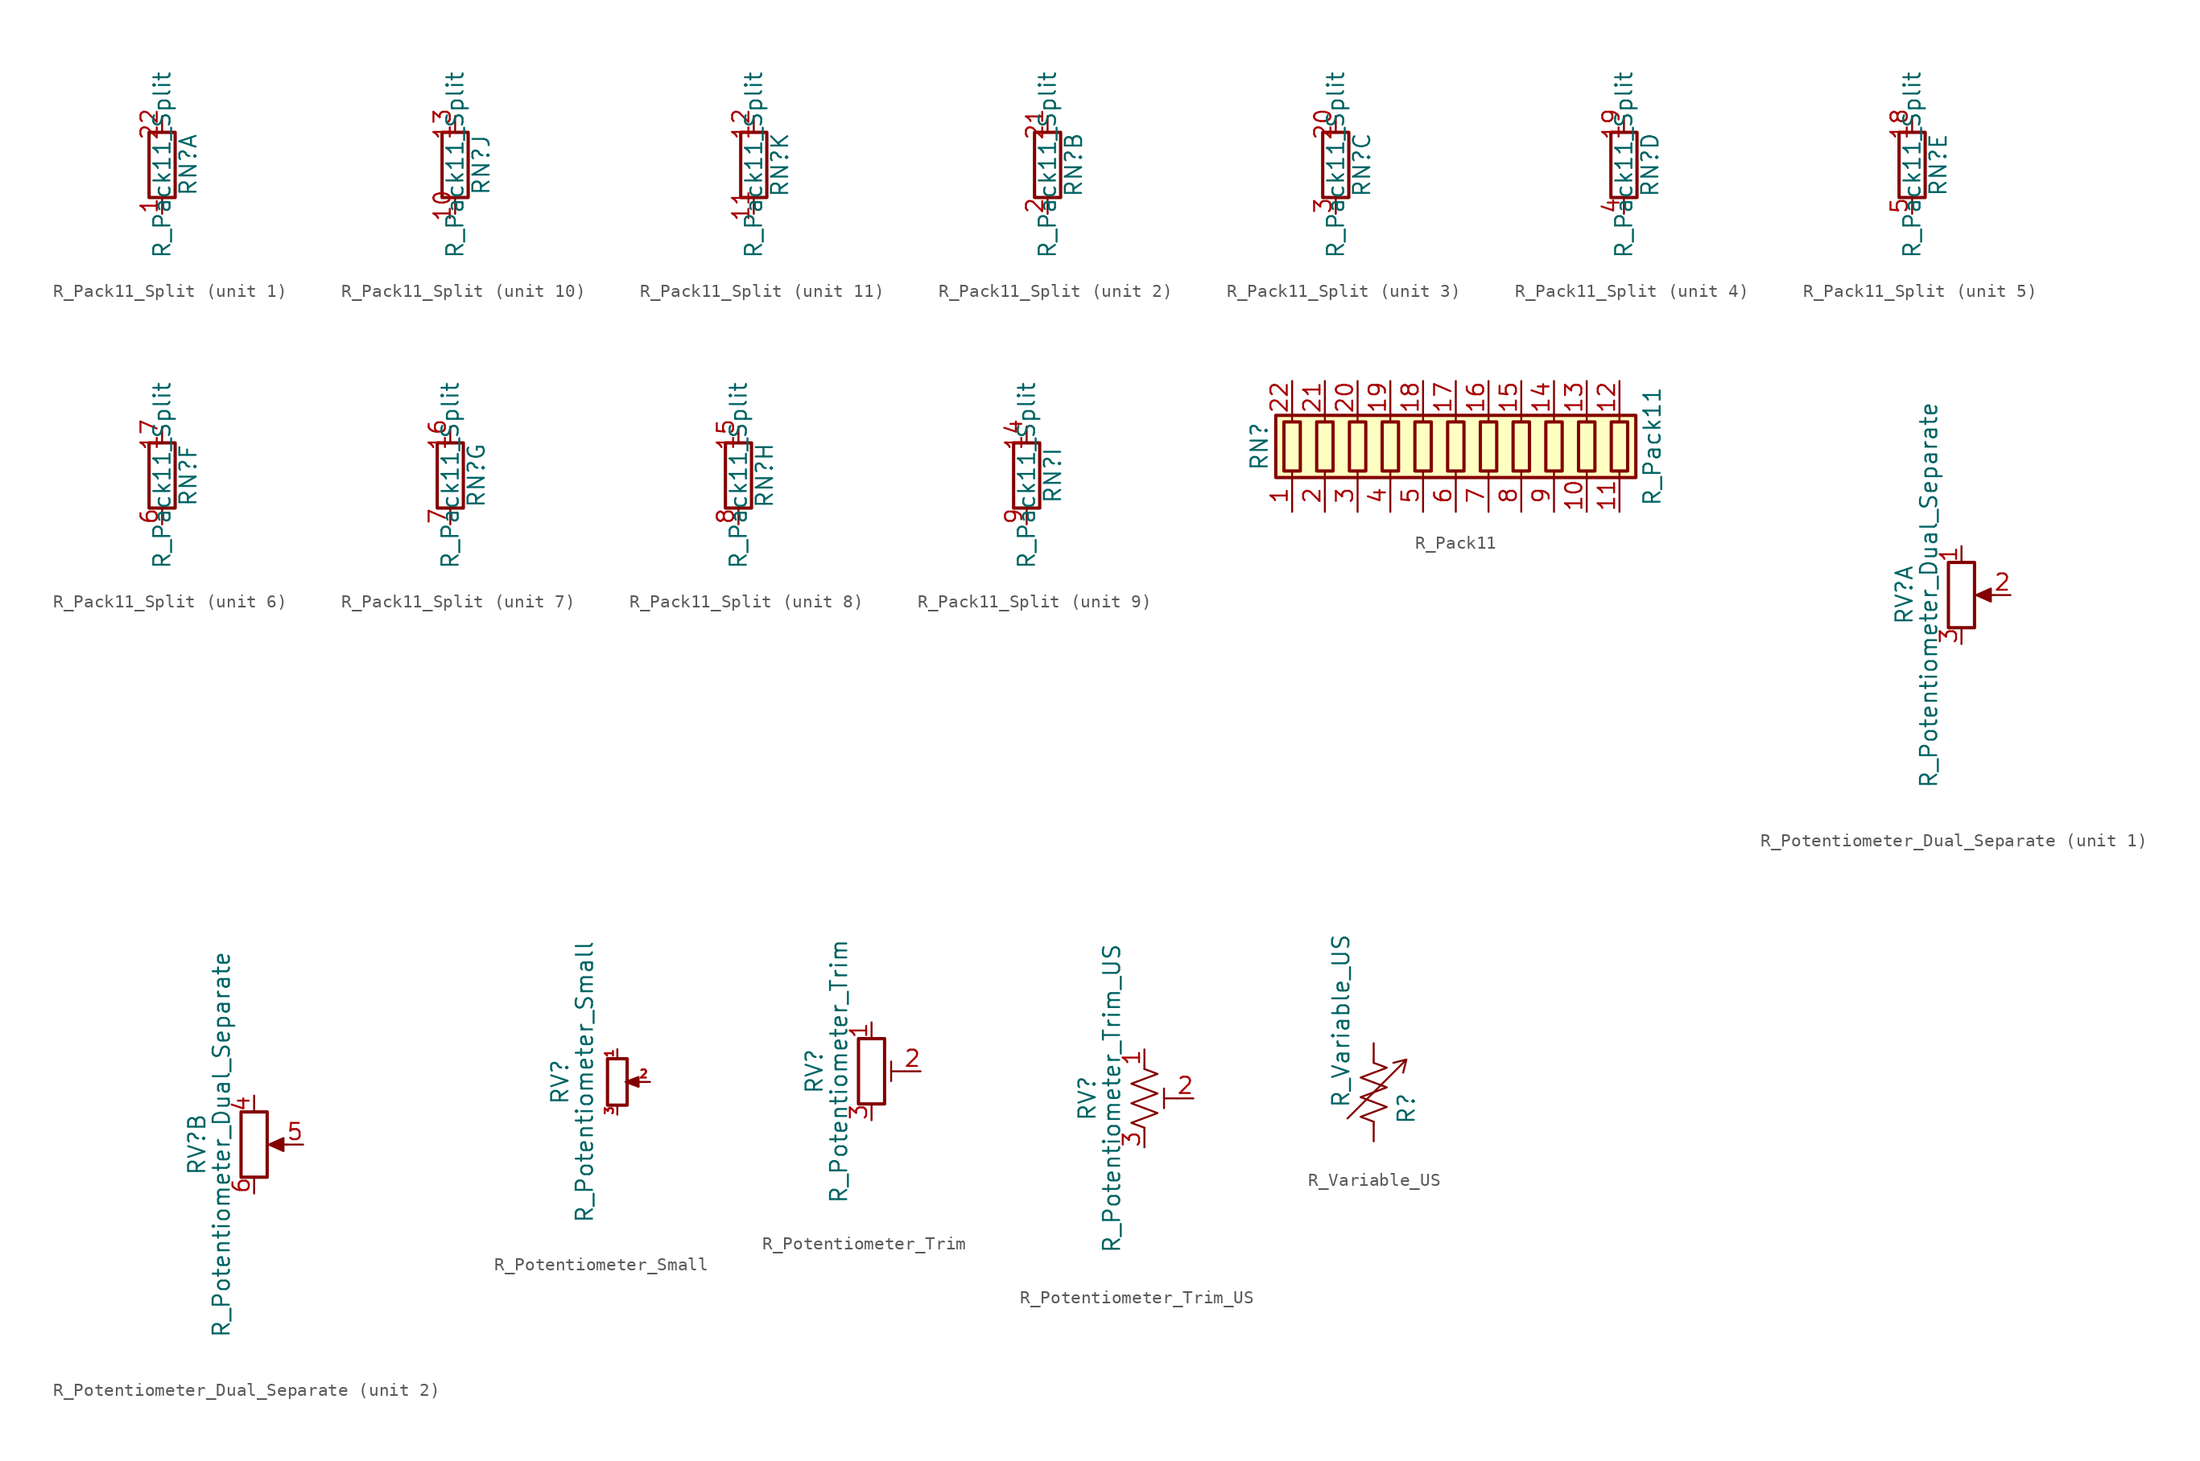
<source format=kicad_sym>
(kicad_symbol_lib
  (version 20220914)
  (generator kicad_symbol_editor)
  (symbol "R_Pack11_Split"
    (pin_names
      (offset 0) hide)
    (property "Reference" "RN"
      (at 2.032 0 90)
      (effects (font (size 1.27 1.27))))
    (property "Value" "R_Pack11_Split"
      (at 0 0 90)
      (effects (font (size 1.27 1.27))))
    (symbol "R_Pack11_Split_0_1"
      (rectangle (start 1.016 2.54) (end -1.016 -2.54) (stroke (width 0.254) (type default)) (fill (type none))))
    (symbol "R_Pack11_Split_1_1"
      (pin passive line (at 0 -3.81 90) (length 1.27) (name "R1.1" (effects (font (size 1.27 1.27)))) (number "1" (effects (font (size 1.27 1.27)))))
      (pin passive line (at 0 3.81 270) (length 1.27) (name "R1.2" (effects (font (size 1.27 1.27)))) (number "22" (effects (font (size 1.27 1.27))))))
    (symbol "R_Pack11_Split_2_1"
      (pin passive line (at 0 -3.81 90) (length 1.27) (name "R2.1" (effects (font (size 1.27 1.27)))) (number "2" (effects (font (size 1.27 1.27)))))
      (pin passive line (at 0 3.81 270) (length 1.27) (name "R2.2" (effects (font (size 1.27 1.27)))) (number "21" (effects (font (size 1.27 1.27))))))
    (symbol "R_Pack11_Split_3_1"
      (pin passive line (at 0 3.81 270) (length 1.27) (name "R3.2" (effects (font (size 1.27 1.27)))) (number "20" (effects (font (size 1.27 1.27)))))
      (pin passive line (at 0 -3.81 90) (length 1.27) (name "R3.1" (effects (font (size 1.27 1.27)))) (number "3" (effects (font (size 1.27 1.27))))))
    (symbol "R_Pack11_Split_4_1"
      (pin passive line (at 0 3.81 270) (length 1.27) (name "R4.2" (effects (font (size 1.27 1.27)))) (number "19" (effects (font (size 1.27 1.27)))))
      (pin passive line (at 0 -3.81 90) (length 1.27) (name "R4.1" (effects (font (size 1.27 1.27)))) (number "4" (effects (font (size 1.27 1.27))))))
    (symbol "R_Pack11_Split_5_1"
      (pin passive line (at 0 3.81 270) (length 1.27) (name "R5.2" (effects (font (size 1.27 1.27)))) (number "18" (effects (font (size 1.27 1.27)))))
      (pin passive line (at 0 -3.81 90) (length 1.27) (name "R5.1" (effects (font (size 1.27 1.27)))) (number "5" (effects (font (size 1.27 1.27))))))
    (symbol "R_Pack11_Split_6_1"
      (pin passive line (at 0 3.81 270) (length 1.27) (name "R6.2" (effects (font (size 1.27 1.27)))) (number "17" (effects (font (size 1.27 1.27)))))
      (pin passive line (at 0 -3.81 90) (length 1.27) (name "R6.1" (effects (font (size 1.27 1.27)))) (number "6" (effects (font (size 1.27 1.27))))))
    (symbol "R_Pack11_Split_7_1"
      (pin passive line (at 0 3.81 270) (length 1.27) (name "R7.2" (effects (font (size 1.27 1.27)))) (number "16" (effects (font (size 1.27 1.27)))))
      (pin passive line (at 0 -3.81 90) (length 1.27) (name "R7.1" (effects (font (size 1.27 1.27)))) (number "7" (effects (font (size 1.27 1.27))))))
    (symbol "R_Pack11_Split_8_1"
      (pin passive line (at 0 3.81 270) (length 1.27) (name "R8.2" (effects (font (size 1.27 1.27)))) (number "15" (effects (font (size 1.27 1.27)))))
      (pin passive line (at 0 -3.81 90) (length 1.27) (name "R8.1" (effects (font (size 1.27 1.27)))) (number "8" (effects (font (size 1.27 1.27))))))
    (symbol "R_Pack11_Split_9_1"
      (pin passive line (at 0 3.81 270) (length 1.27) (name "R9.2" (effects (font (size 1.27 1.27)))) (number "14" (effects (font (size 1.27 1.27)))))
      (pin passive line (at 0 -3.81 90) (length 1.27) (name "R9.1" (effects (font (size 1.27 1.27)))) (number "9" (effects (font (size 1.27 1.27))))))
    (symbol "R_Pack11_Split_10_1"
      (pin passive line (at 0 -3.81 90) (length 1.27) (name "R10.1" (effects (font (size 1.27 1.27)))) (number "10" (effects (font (size 1.27 1.27)))))
      (pin passive line (at 0 3.81 270) (length 1.27) (name "R10.2" (effects (font (size 1.27 1.27)))) (number "13" (effects (font (size 1.27 1.27))))))
    (symbol "R_Pack11_Split_11_1"
      (pin passive line (at 0 -3.81 90) (length 1.27) (name "R11.1" (effects (font (size 1.27 1.27)))) (number "11" (effects (font (size 1.27 1.27)))))
      (pin passive line (at 0 3.81 270) (length 1.27) (name "R11.2" (effects (font (size 1.27 1.27)))) (number "12" (effects (font (size 1.27 1.27)))))))
  (symbol "R_Pack11"
    (pin_names
      (offset 0) hide)
    (property "Reference" "RN"
      (at -15.24 0 90)
      (effects (font (size 1.27 1.27))))
    (property "Value" "R_Pack11"
      (at 15.24 0 90)
      (effects (font (size 1.27 1.27))))
    (symbol "R_Pack11_0_1"
      (rectangle (start -13.97 -2.413) (end 13.97 2.413) (stroke (width 0.254) (type default)) (fill (type background)))
      (rectangle (start -13.335 1.905) (end -12.065 -1.905) (stroke (width 0.254) (type default)) (fill (type none)))
      (rectangle (start -10.795 1.905) (end -9.525 -1.905) (stroke (width 0.254) (type default)) (fill (type none)))
      (rectangle (start -8.255 1.905) (end -6.985 -1.905) (stroke (width 0.254) (type default)) (fill (type none)))
      (rectangle (start -5.715 1.905) (end -4.445 -1.905) (stroke (width 0.254) (type default)) (fill (type none)))
      (rectangle (start -3.175 1.905) (end -1.905 -1.905) (stroke (width 0.254) (type default)) (fill (type none)))
      (rectangle (start -0.635 1.905) (end 0.635 -1.905) (stroke (width 0.254) (type default)) (fill (type none)))
      (polyline (pts (xy -12.7 -2.54) (xy -12.7 -1.905)) (stroke (width 0) (type default)) (fill (type none)))
      (polyline (pts (xy -12.7 1.905) (xy -12.7 2.54)) (stroke (width 0) (type default)) (fill (type none)))
      (polyline (pts (xy -10.16 -2.54) (xy -10.16 -1.905)) (stroke (width 0) (type default)) (fill (type none)))
      (polyline (pts (xy -10.16 1.905) (xy -10.16 2.54)) (stroke (width 0) (type default)) (fill (type none)))
      (polyline (pts (xy -7.62 -2.54) (xy -7.62 -1.905)) (stroke (width 0) (type default)) (fill (type none)))
      (polyline (pts (xy -7.62 1.905) (xy -7.62 2.54)) (stroke (width 0) (type default)) (fill (type none)))
      (polyline (pts (xy -5.08 -2.54) (xy -5.08 -1.905)) (stroke (width 0) (type default)) (fill (type none)))
      (polyline (pts (xy -5.08 1.905) (xy -5.08 2.54)) (stroke (width 0) (type default)) (fill (type none)))
      (polyline (pts (xy -2.54 -2.54) (xy -2.54 -1.905)) (stroke (width 0) (type default)) (fill (type none)))
      (polyline (pts (xy -2.54 1.905) (xy -2.54 2.54)) (stroke (width 0) (type default)) (fill (type none)))
      (polyline (pts (xy 0 -2.54) (xy 0 -1.905)) (stroke (width 0) (type default)) (fill (type none)))
      (polyline (pts (xy 0 1.905) (xy 0 2.54)) (stroke (width 0) (type default)) (fill (type none)))
      (polyline (pts (xy 2.54 -2.54) (xy 2.54 -1.905)) (stroke (width 0) (type default)) (fill (type none)))
      (polyline (pts (xy 2.54 1.905) (xy 2.54 2.54)) (stroke (width 0) (type default)) (fill (type none)))
      (polyline (pts (xy 5.08 -2.54) (xy 5.08 -1.905)) (stroke (width 0) (type default)) (fill (type none)))
      (polyline (pts (xy 5.08 1.905) (xy 5.08 2.54)) (stroke (width 0) (type default)) (fill (type none)))
      (polyline (pts (xy 7.62 -2.54) (xy 7.62 -1.905)) (stroke (width 0) (type default)) (fill (type none)))
      (polyline (pts (xy 7.62 1.905) (xy 7.62 2.54)) (stroke (width 0) (type default)) (fill (type none)))
      (polyline (pts (xy 10.16 -2.54) (xy 10.16 -1.905)) (stroke (width 0) (type default)) (fill (type none)))
      (polyline (pts (xy 10.16 1.905) (xy 10.16 2.54)) (stroke (width 0) (type default)) (fill (type none)))
      (polyline (pts (xy 12.7 -2.54) (xy 12.7 -1.905)) (stroke (width 0) (type default)) (fill (type none)))
      (polyline (pts (xy 12.7 1.905) (xy 12.7 2.54)) (stroke (width 0) (type default)) (fill (type none)))
      (rectangle (start 1.905 1.905) (end 3.175 -1.905) (stroke (width 0.254) (type default)) (fill (type none)))
      (rectangle (start 4.445 1.905) (end 5.715 -1.905) (stroke (width 0.254) (type default)) (fill (type none)))
      (rectangle (start 6.985 1.905) (end 8.255 -1.905) (stroke (width 0.254) (type default)) (fill (type none)))
      (rectangle (start 9.525 1.905) (end 10.795 -1.905) (stroke (width 0.254) (type default)) (fill (type none)))
      (rectangle (start 12.065 1.905) (end 13.335 -1.905) (stroke (width 0.254) (type default)) (fill (type none))))
    (symbol "R_Pack11_1_1"
      (pin passive line (at -12.7 -5.08 90) (length 2.54) (name "R1.1" (effects (font (size 1.27 1.27)))) (number "1" (effects (font (size 1.27 1.27)))))
      (pin passive line (at 10.16 -5.08 90) (length 2.54) (name "R10.1" (effects (font (size 1.27 1.27)))) (number "10" (effects (font (size 1.27 1.27)))))
      (pin passive line (at 12.7 -5.08 90) (length 2.54) (name "R11.1" (effects (font (size 1.27 1.27)))) (number "11" (effects (font (size 1.27 1.27)))))
      (pin passive line (at 12.7 5.08 270) (length 2.54) (name "R11.2" (effects (font (size 1.27 1.27)))) (number "12" (effects (font (size 1.27 1.27)))))
      (pin passive line (at 10.16 5.08 270) (length 2.54) (name "R10.2" (effects (font (size 1.27 1.27)))) (number "13" (effects (font (size 1.27 1.27)))))
      (pin passive line (at 7.62 5.08 270) (length 2.54) (name "R9.2" (effects (font (size 1.27 1.27)))) (number "14" (effects (font (size 1.27 1.27)))))
      (pin passive line (at 5.08 5.08 270) (length 2.54) (name "R8.2" (effects (font (size 1.27 1.27)))) (number "15" (effects (font (size 1.27 1.27)))))
      (pin passive line (at 2.54 5.08 270) (length 2.54) (name "R7.2" (effects (font (size 1.27 1.27)))) (number "16" (effects (font (size 1.27 1.27)))))
      (pin passive line (at 0 5.08 270) (length 2.54) (name "R6.2" (effects (font (size 1.27 1.27)))) (number "17" (effects (font (size 1.27 1.27)))))
      (pin passive line (at -2.54 5.08 270) (length 2.54) (name "R5.2" (effects (font (size 1.27 1.27)))) (number "18" (effects (font (size 1.27 1.27)))))
      (pin passive line (at -5.08 5.08 270) (length 2.54) (name "R4.2" (effects (font (size 1.27 1.27)))) (number "19" (effects (font (size 1.27 1.27)))))
      (pin passive line (at -10.16 -5.08 90) (length 2.54) (name "R2.1" (effects (font (size 1.27 1.27)))) (number "2" (effects (font (size 1.27 1.27)))))
      (pin passive line (at -7.62 5.08 270) (length 2.54) (name "R3.2" (effects (font (size 1.27 1.27)))) (number "20" (effects (font (size 1.27 1.27)))))
      (pin passive line (at -10.16 5.08 270) (length 2.54) (name "R2.2" (effects (font (size 1.27 1.27)))) (number "21" (effects (font (size 1.27 1.27)))))
      (pin passive line (at -12.7 5.08 270) (length 2.54) (name "R1.2" (effects (font (size 1.27 1.27)))) (number "22" (effects (font (size 1.27 1.27)))))
      (pin passive line (at -7.62 -5.08 90) (length 2.54) (name "R3.1" (effects (font (size 1.27 1.27)))) (number "3" (effects (font (size 1.27 1.27)))))
      (pin passive line (at -5.08 -5.08 90) (length 2.54) (name "R4.1" (effects (font (size 1.27 1.27)))) (number "4" (effects (font (size 1.27 1.27)))))
      (pin passive line (at -2.54 -5.08 90) (length 2.54) (name "R5.1" (effects (font (size 1.27 1.27)))) (number "5" (effects (font (size 1.27 1.27)))))
      (pin passive line (at 0 -5.08 90) (length 2.54) (name "R6.1" (effects (font (size 1.27 1.27)))) (number "6" (effects (font (size 1.27 1.27)))))
      (pin passive line (at 2.54 -5.08 90) (length 2.54) (name "R7.1" (effects (font (size 1.27 1.27)))) (number "7" (effects (font (size 1.27 1.27)))))
      (pin passive line (at 5.08 -5.08 90) (length 2.54) (name "R8.1" (effects (font (size 1.27 1.27)))) (number "8" (effects (font (size 1.27 1.27)))))
      (pin passive line (at 7.62 -5.08 90) (length 2.54) (name "R9.1" (effects (font (size 1.27 1.27)))) (number "9" (effects (font (size 1.27 1.27)))))))
  (symbol "R_Potentiometer_Dual_Separate"
    (pin_names
      (offset 1.016) hide)
    (property "Reference" "RV"
      (at -4.445 0 90)
      (effects (font (size 1.27 1.27))))
    (property "Value" "R_Potentiometer_Dual_Separate"
      (at -2.54 0 90)
      (effects (font (size 1.27 1.27))))
    (symbol "R_Potentiometer_Dual_Separate_0_1"
      (polyline (pts (xy 2.54 0) (xy 1.524 0)) (stroke (width 0) (type default)) (fill (type none)))
      (polyline (pts (xy 1.143 0) (xy 2.286 0.508) (xy 2.286 -0.508) (xy 1.143 0)) (stroke (width 0) (type default)) (fill (type outline)))
      (rectangle (start 1.016 2.54) (end -1.016 -2.54) (stroke (width 0.254) (type default)) (fill (type none))))
    (symbol "R_Potentiometer_Dual_Separate_1_1"
      (pin passive line (at 0 3.81 270) (length 1.27) (name "1" (effects (font (size 1.27 1.27)))) (number "1" (effects (font (size 1.27 1.27)))))
      (pin passive line (at 3.81 0 180) (length 1.27) (name "2" (effects (font (size 1.27 1.27)))) (number "2" (effects (font (size 1.27 1.27)))))
      (pin passive line (at 0 -3.81 90) (length 1.27) (name "3" (effects (font (size 1.27 1.27)))) (number "3" (effects (font (size 1.27 1.27))))))
    (symbol "R_Potentiometer_Dual_Separate_2_1"
      (pin passive line (at 0 3.81 270) (length 1.27) (name "4" (effects (font (size 1.27 1.27)))) (number "4" (effects (font (size 1.27 1.27)))))
      (pin passive line (at 3.81 0 180) (length 1.27) (name "5" (effects (font (size 1.27 1.27)))) (number "5" (effects (font (size 1.27 1.27)))))
      (pin passive line (at 0 -3.81 90) (length 1.27) (name "6" (effects (font (size 1.27 1.27)))) (number "6" (effects (font (size 1.27 1.27)))))))
  (symbol "R_Potentiometer_Small"
    (pin_names
      (offset 1.016) hide)
    (property "Reference" "RV"
      (at -4.445 0 90)
      (effects (font (size 1.27 1.27))))
    (property "Value" "R_Potentiometer_Small"
      (at -2.54 0 90)
      (effects (font (size 1.27 1.27))))
    (symbol "R_Potentiometer_Small_0_1"
      (polyline (pts (xy 0.889 0) (xy 0.635 0) (xy 1.651 0.381) (xy 1.651 -0.381) (xy 0.635 0) (xy 0.889 0)) (stroke (width 0) (type default)) (fill (type outline)))
      (rectangle (start 0.762 1.803) (end -0.762 -1.803) (stroke (width 0.254) (type default)) (fill (type none))))
    (symbol "R_Potentiometer_Small_1_1"
      (pin passive line (at 0 2.54 270) (length 0.635) (name "1" (effects (font (size 0.635 0.635)))) (number "1" (effects (font (size 0.635 0.635)))))
      (pin passive line (at 2.54 0 180) (length 0.991) (name "2" (effects (font (size 0.635 0.635)))) (number "2" (effects (font (size 0.635 0.635)))))
      (pin passive line (at 0 -2.54 90) (length 0.635) (name "3" (effects (font (size 0.635 0.635)))) (number "3" (effects (font (size 0.635 0.635)))))))
  (symbol "R_Potentiometer_Trim"
    (pin_names
      (offset 1.016) hide)
    (property "Reference" "RV"
      (at -4.445 0 90)
      (effects (font (size 1.27 1.27))))
    (property "Value" "R_Potentiometer_Trim"
      (at -2.54 0 90)
      (effects (font (size 1.27 1.27))))
    (symbol "R_Potentiometer_Trim_0_1"
      (polyline (pts (xy 1.524 0.762) (xy 1.524 -0.762)) (stroke (width 0) (type default)) (fill (type none)))
      (polyline (pts (xy 2.54 0) (xy 1.524 0)) (stroke (width 0) (type default)) (fill (type none)))
      (rectangle (start 1.016 2.54) (end -1.016 -2.54) (stroke (width 0.254) (type default)) (fill (type none))))
    (symbol "R_Potentiometer_Trim_1_1"
      (pin passive line (at 0 3.81 270) (length 1.27) (name "1" (effects (font (size 1.27 1.27)))) (number "1" (effects (font (size 1.27 1.27)))))
      (pin passive line (at 3.81 0 180) (length 1.27) (name "2" (effects (font (size 1.27 1.27)))) (number "2" (effects (font (size 1.27 1.27)))))
      (pin passive line (at 0 -3.81 90) (length 1.27) (name "3" (effects (font (size 1.27 1.27)))) (number "3" (effects (font (size 1.27 1.27)))))))
  (symbol "R_Potentiometer_Trim_US"
    (pin_names
      (offset 1.016) hide)
    (property "Reference" "RV"
      (at -4.445 0 90)
      (effects (font (size 1.27 1.27))))
    (property "Value" "R_Potentiometer_Trim_US"
      (at -2.54 0 90)
      (effects (font (size 1.27 1.27))))
    (symbol "R_Potentiometer_Trim_US_0_1"
      (polyline (pts (xy 0 -2.286) (xy 0 -2.54)) (stroke (width 0) (type default)) (fill (type none)))
      (polyline (pts (xy 0 2.286) (xy 0 2.54)) (stroke (width 0) (type default)) (fill (type none)))
      (polyline (pts (xy 1.524 0.762) (xy 1.524 -0.762)) (stroke (width 0) (type default)) (fill (type none)))
      (polyline (pts (xy 2.54 0) (xy 1.524 0)) (stroke (width 0) (type default)) (fill (type none)))
      (polyline (pts (xy 0 -0.762) (xy 1.016 -1.143) (xy 0 -1.524) (xy -1.016 -1.905) (xy 0 -2.286)) (stroke (width 0) (type default)) (fill (type none)))
      (polyline (pts (xy 0 0.762) (xy 1.016 0.381) (xy 0 0) (xy -1.016 -0.381) (xy 0 -0.762)) (stroke (width 0) (type default)) (fill (type none)))
      (polyline (pts (xy 0 2.286) (xy 1.016 1.905) (xy 0 1.524) (xy -1.016 1.143) (xy 0 0.762)) (stroke (width 0) (type default)) (fill (type none))))
    (symbol "R_Potentiometer_Trim_US_1_1"
      (pin passive line (at 0 3.81 270) (length 1.27) (name "1" (effects (font (size 1.27 1.27)))) (number "1" (effects (font (size 1.27 1.27)))))
      (pin passive line (at 3.81 0 180) (length 1.27) (name "2" (effects (font (size 1.27 1.27)))) (number "2" (effects (font (size 1.27 1.27)))))
      (pin passive line (at 0 -3.81 90) (length 1.27) (name "3" (effects (font (size 1.27 1.27)))) (number "3" (effects (font (size 1.27 1.27)))))))
  (symbol "R_Variable_US"
    (pin_numbers hide)
    (pin_names
      (offset 0))
    (property "Reference" "R"
      (at 2.54 -2.54 90)
      (effects (font (size 1.27 1.27)) (justify left)))
    (property "Value" "R_Variable_US"
      (at -2.54 -1.27 90)
      (effects (font (size 1.27 1.27)) (justify left)))
    (symbol "R_Variable_US_0_1"
      (polyline (pts (xy 0 -2.286) (xy 0 -2.54)) (stroke (width 0) (type default)) (fill (type none)))
      (polyline (pts (xy 0 2.286) (xy 0 2.54)) (stroke (width 0) (type default)) (fill (type none)))
      (polyline (pts (xy 0 -0.762) (xy 1.016 -1.143) (xy 0 -1.524) (xy -1.016 -1.905) (xy 0 -2.286)) (stroke (width 0) (type default)) (fill (type none)))
      (polyline (pts (xy 0 0.762) (xy 1.016 0.381) (xy 0 0) (xy -1.016 -0.381) (xy 0 -0.762)) (stroke (width 0) (type default)) (fill (type none)))
      (polyline (pts (xy 0 2.286) (xy 1.016 1.905) (xy 0 1.524) (xy -1.016 1.143) (xy 0 0.762)) (stroke (width 0.152) (type default)) (fill (type none)))
      (polyline (pts (xy 2.286 1.524) (xy 2.54 2.54) (xy 1.524 2.286) (xy 2.54 2.54) (xy -2.032 -2.032)) (stroke (width 0.152) (type default)) (fill (type none))))
    (symbol "R_Variable_US_1_1"
      (pin passive line (at 0 3.81 270) (length 1.27) (name "~" (effects (font (size 1.27 1.27)))) (number "1" (effects (font (size 1.27 1.27)))))
      (pin passive line (at 0 -3.81 90) (length 1.27) (name "~" (effects (font (size 1.27 1.27)))) (number "2" (effects (font (size 1.27 1.27))))))))
</source>
